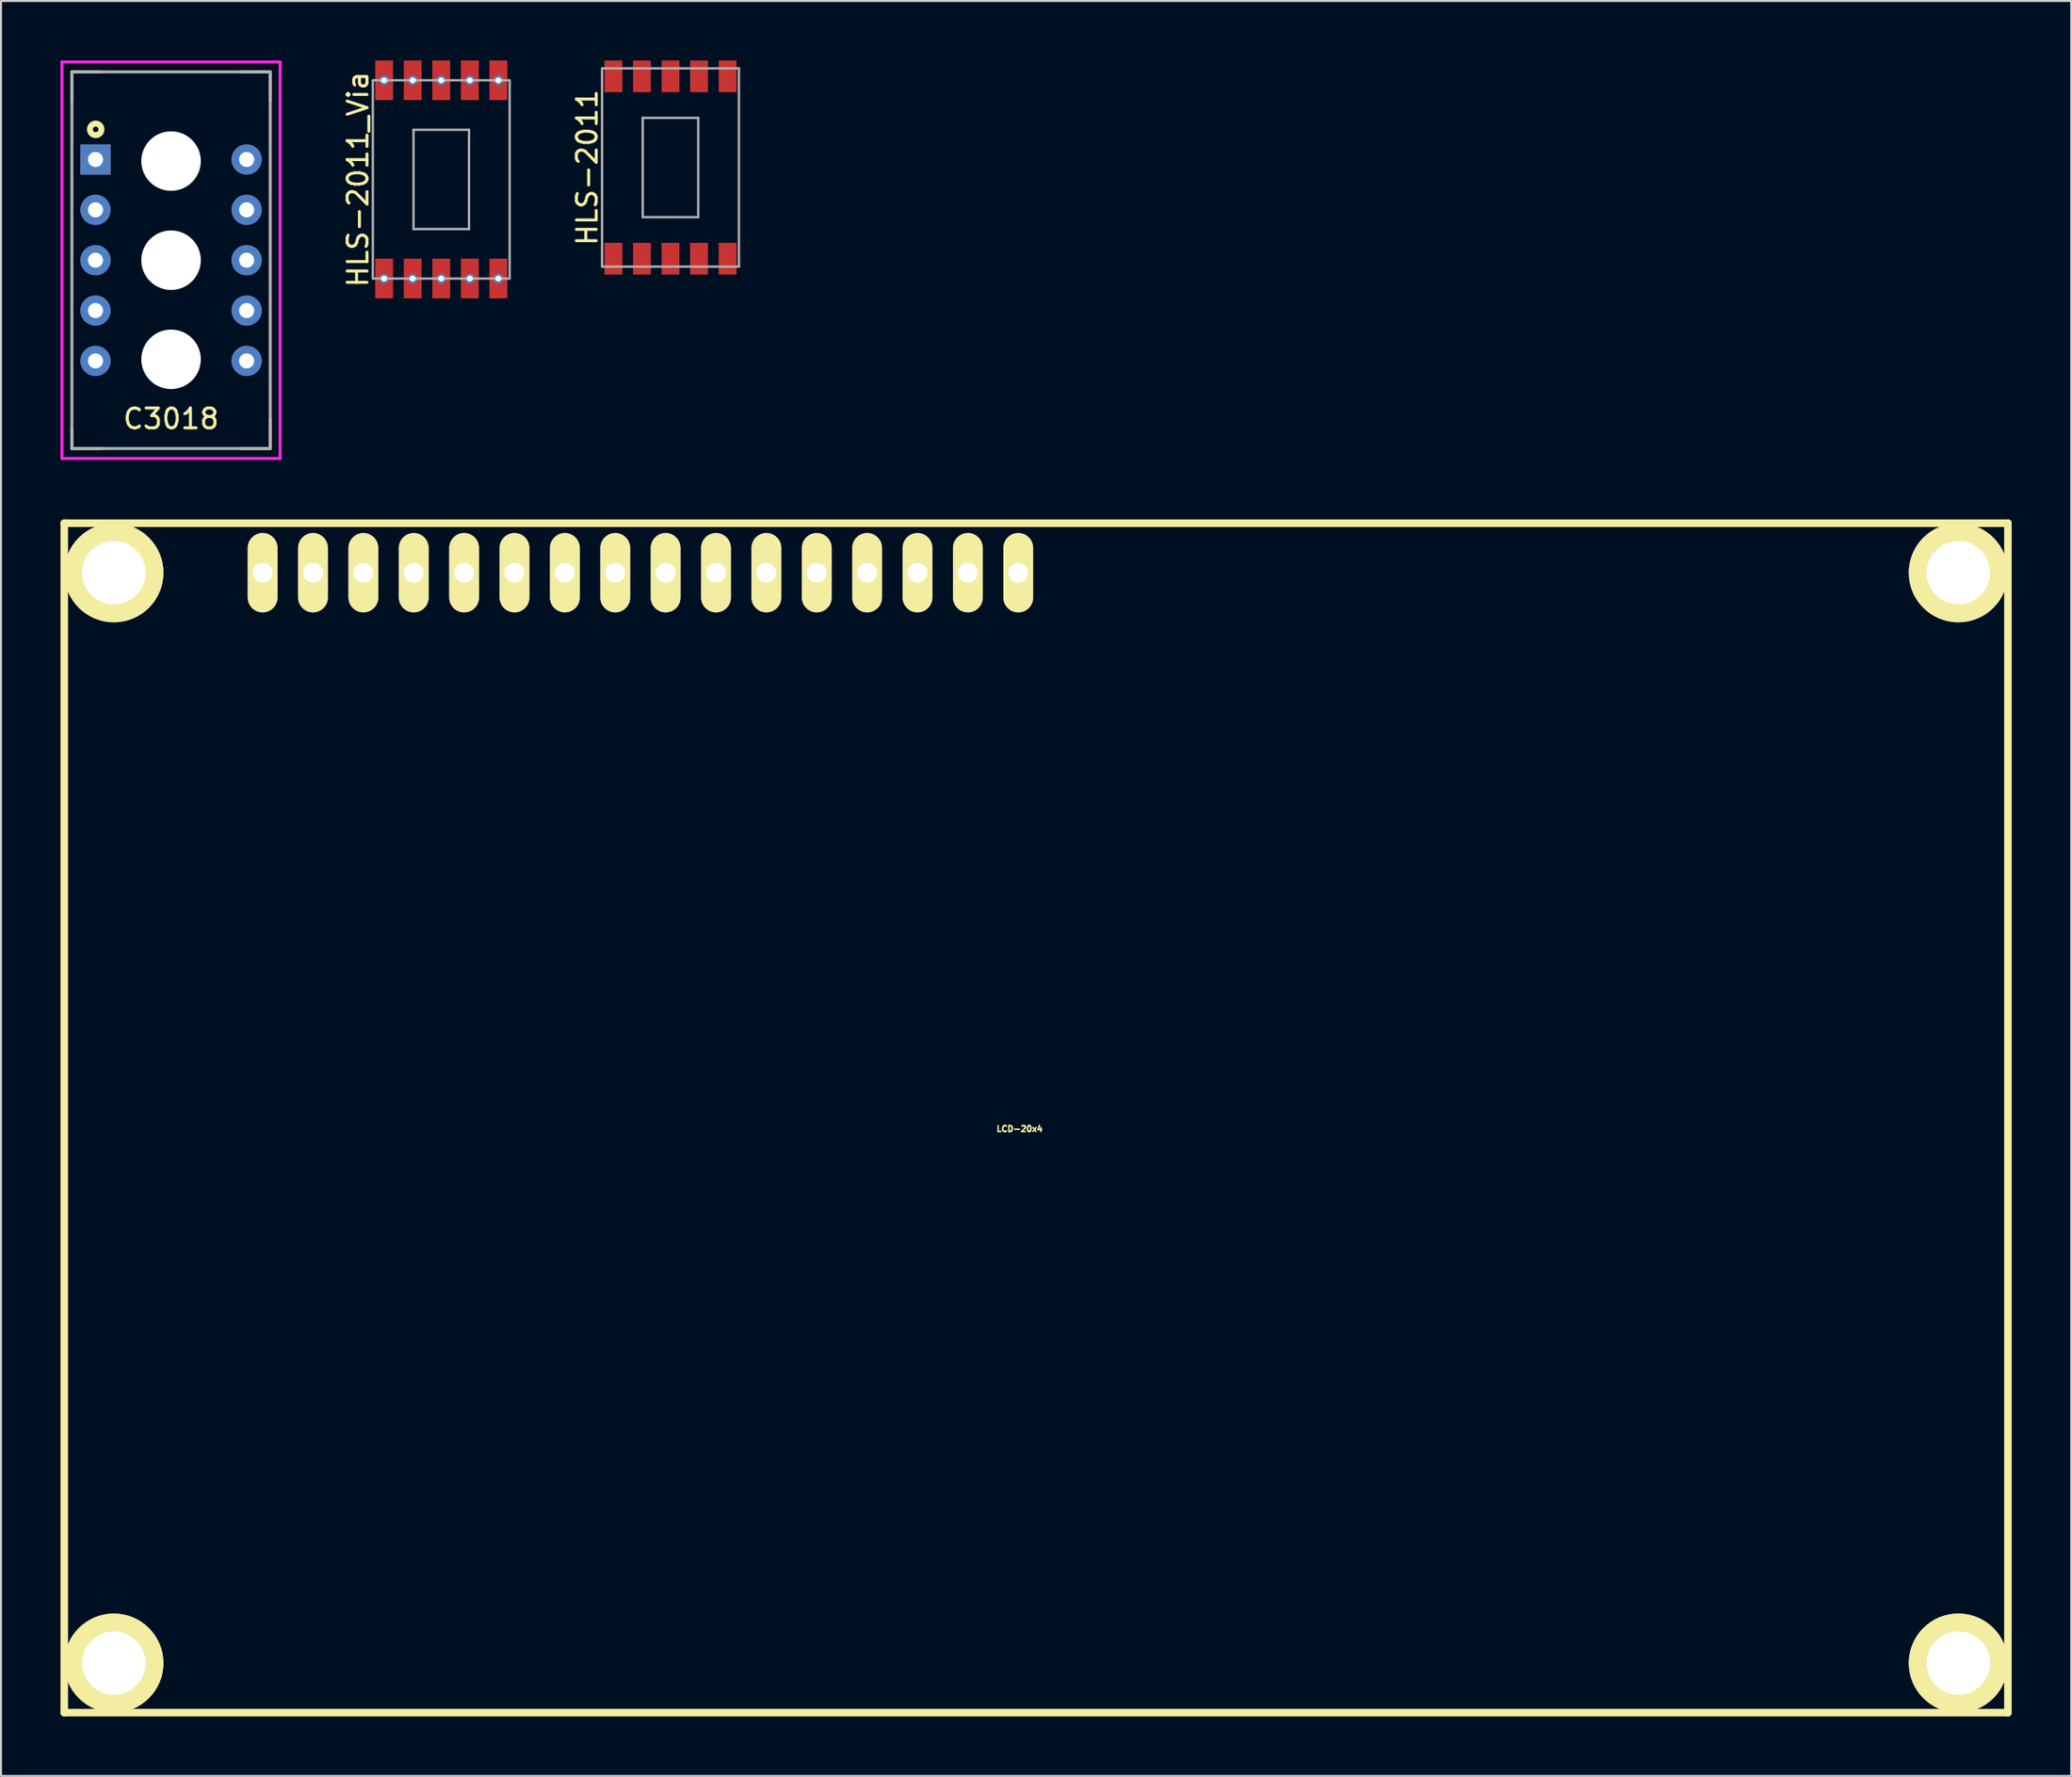
<source format=kicad_pcb>
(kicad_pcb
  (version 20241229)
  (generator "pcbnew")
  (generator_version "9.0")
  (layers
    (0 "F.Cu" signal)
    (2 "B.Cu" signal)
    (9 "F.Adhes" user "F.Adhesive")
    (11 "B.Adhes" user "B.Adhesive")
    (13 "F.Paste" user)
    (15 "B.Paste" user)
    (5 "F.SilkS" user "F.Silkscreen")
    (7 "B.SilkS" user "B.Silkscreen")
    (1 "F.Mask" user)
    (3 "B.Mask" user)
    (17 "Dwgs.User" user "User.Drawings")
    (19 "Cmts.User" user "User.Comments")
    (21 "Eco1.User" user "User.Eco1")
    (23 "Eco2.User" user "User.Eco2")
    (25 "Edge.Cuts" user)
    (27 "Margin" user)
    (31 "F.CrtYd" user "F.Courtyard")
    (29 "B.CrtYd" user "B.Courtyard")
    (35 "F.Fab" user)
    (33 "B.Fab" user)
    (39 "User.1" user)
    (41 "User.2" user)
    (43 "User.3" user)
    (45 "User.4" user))
  (footprint "C3018"
    (layer "F.Cu")
    (at 5.575 10.075)
    (property "Reference" "C3018" (at 0 8 0) (layer "F.SilkS") (effects (font (size 1 1) (thickness 0.15))))
    (attr through_hole)
    (fp_line (start -5 -9.5) (end -3.5 -9.5) (stroke (width 0.15) (type solid)) (layer "F.SilkS"))
    (fp_line (start -5 -8) (end -5 -9.5) (stroke (width 0.15) (type solid)) (layer "F.SilkS"))
    (fp_line (start -5 9.5) (end -5 8.5) (stroke (width 0.15) (type solid)) (layer "F.SilkS"))
    (fp_line (start -5 9.5) (end -3.5 9.5) (stroke (width 0.15) (type solid)) (layer "F.SilkS"))
    (fp_line (start 5 -9.5) (end 3.5 -9.5) (stroke (width 0.15) (type solid)) (layer "F.SilkS"))
    (fp_line (start 5 -9.5) (end 5 -8) (stroke (width 0.15) (type solid)) (layer "F.SilkS"))
    (fp_line (start 5 8) (end 5 9.5) (stroke (width 0.15) (type solid)) (layer "F.SilkS"))
    (fp_line (start 5 9.5) (end 3.5 9.5) (stroke (width 0.15) (type solid)) (layer "F.SilkS"))
    (fp_circle (center -3.8 -6.6) (end -3.7 -6.5) (stroke (width 0.3) (type solid)) (fill no) (layer "F.SilkS"))
    (fp_circle (center -3.8 -6.6) (end -3.6 -6.4) (stroke (width 0.15) (type solid)) (fill no) (layer "F.SilkS"))
    (fp_line (start -5.5 -10) (end -5.5 10) (stroke (width 0.15) (type solid)) (layer "F.CrtYd"))
    (fp_line (start -5.5 10) (end 5.5 10) (stroke (width 0.15) (type solid)) (layer "F.CrtYd"))
    (fp_line (start 5.5 -10) (end -5.5 -10) (stroke (width 0.15) (type solid)) (layer "F.CrtYd"))
    (fp_line (start 5.5 10) (end 5.5 -10) (stroke (width 0.15) (type solid)) (layer "F.CrtYd"))
    (fp_line (start -5 -9.5) (end 5 -9.5) (stroke (width 0.15) (type solid)) (layer "F.Fab"))
    (fp_line (start -5 9.5) (end -5 -9.5) (stroke (width 0.15) (type solid)) (layer "F.Fab"))
    (fp_line (start 5 -9.5) (end 5 9.5) (stroke (width 0.15) (type solid)) (layer "F.Fab"))
    (fp_line (start 5 9.5) (end -5 9.5) (stroke (width 0.15) (type solid)) (layer "F.Fab"))
    (pad "" np_thru_hole circle (at 0 -5) (size 3 3) (drill 3) (layers "*.Cu" "*.Mask"))
    (pad "" np_thru_hole circle (at 0 0) (size 3 3) (drill 3) (layers "*.Cu" "*.Mask"))
    (pad "" np_thru_hole circle (at 0 5) (size 3 3) (drill 3) (layers "*.Cu" "*.Mask"))
    (pad "1" thru_hole rect (at -3.81 -5.08) (size 1.524 1.524) (drill 0.762) (layers "*.Cu" "*.Mask"))
    (pad "2" thru_hole circle (at -3.81 -2.54) (size 1.524 1.524) (drill 0.762) (layers "*.Cu" "*.Mask"))
    (pad "3" thru_hole circle (at -3.81 0) (size 1.524 1.524) (drill 0.762) (layers "*.Cu" "*.Mask"))
    (pad "4" thru_hole circle (at -3.81 2.54) (size 1.524 1.524) (drill 0.762) (layers "*.Cu" "*.Mask"))
    (pad "5" thru_hole circle (at -3.81 5.08) (size 1.524 1.524) (drill 0.762) (layers "*.Cu" "*.Mask"))
    (pad "6" thru_hole circle (at 3.81 5.08) (size 1.524 1.524) (drill 0.762) (layers "*.Cu" "*.Mask"))
    (pad "7" thru_hole circle (at 3.81 2.54) (size 1.524 1.524) (drill 0.762) (layers "*.Cu" "*.Mask"))
    (pad "8" thru_hole circle (at 3.81 0) (size 1.524 1.524) (drill 0.762) (layers "*.Cu" "*.Mask"))
    (pad "9" thru_hole circle (at 3.81 -2.54) (size 1.524 1.524) (drill 0.762) (layers "*.Cu" "*.Mask"))
    (pad "10" thru_hole circle (at 3.81 -5.08) (size 1.524 1.524) (drill 0.762) (layers "*.Cu" "*.Mask")))
  (footprint "LCD-20x4"
    (layer "F.Cu")
    (at 49.19 53.34)
    (property "Reference" "LCD-20x4" (at -0.83 0.55 0) (layer "F.SilkS") (effects (font (size 0.3 0.3) (thickness 0.076))))
    (attr smd)
    (fp_line (start -48.999 -30) (end 48.999 -30) (stroke (width 0.381) (type solid)) (layer "F.SilkS"))
    (fp_line (start -48.999 30) (end -48.999 -30) (stroke (width 0.381) (type solid)) (layer "F.SilkS"))
    (fp_line (start 48.999 -30) (end 48.999 30) (stroke (width 0.381) (type solid)) (layer "F.SilkS"))
    (fp_line (start 48.999 30) (end -48.999 30) (stroke (width 0.381) (type solid)) (layer "F.SilkS"))
    (fp_circle (center -46.5 -27.501) (end -46.5 -27.475) (stroke (width 0.381) (type solid)) (fill no) (layer "F.SilkS"))
    (fp_circle (center -46.5 27.501) (end -46.474 27.526) (stroke (width 0.381) (type solid)) (fill no) (layer "F.SilkS"))
    (fp_circle (center 46.5 -27.501) (end 46.5 -27.475) (stroke (width 0.381) (type solid)) (fill no) (layer "F.SilkS"))
    (fp_circle (center 46.5 27.501) (end 46.5 27.526) (stroke (width 0.381) (type solid)) (fill no) (layer "F.SilkS"))
    (pad "0" thru_hole circle (at -46.5 -27.5) (size 5 5) (drill 3.2) (layers "*.Cu" "*.Mask" "F.SilkS"))
    (pad "0" thru_hole circle (at -46.5 27.5) (size 5 5) (drill 3.2) (layers "*.Cu" "*.Mask" "F.SilkS"))
    (pad "0" thru_hole circle (at 46.5 -27.5) (size 5 5) (drill 3.2) (layers "*.Cu" "*.Mask" "F.SilkS"))
    (pad "0" thru_hole circle (at 46.5 27.5) (size 5 5) (drill 3.2) (layers "*.Cu" "*.Mask" "F.SilkS"))
    (pad "1" thru_hole oval (at -38.999 -27.501) (size 1.501 4) (drill 1.001) (layers "*.Cu" "*.Mask" "F.SilkS"))
    (pad "2" thru_hole oval (at -36.459 -27.501) (size 1.501 4) (drill 1.001) (layers "*.Cu" "*.Mask" "F.SilkS"))
    (pad "3" thru_hole oval (at -33.919 -27.501) (size 1.501 4) (drill 1.001) (layers "*.Cu" "*.Mask" "F.SilkS"))
    (pad "4" thru_hole oval (at -31.379 -27.501) (size 1.501 4) (drill 1.001) (layers "*.Cu" "*.Mask" "F.SilkS"))
    (pad "5" thru_hole oval (at -28.839 -27.501) (size 1.501 4) (drill 1.001) (layers "*.Cu" "*.Mask" "F.SilkS"))
    (pad "6" thru_hole oval (at -26.299 -27.501) (size 1.501 4) (drill 1.001) (layers "*.Cu" "*.Mask" "F.SilkS"))
    (pad "7" thru_hole oval (at -23.759 -27.501) (size 1.501 4) (drill 1.001) (layers "*.Cu" "*.Mask" "F.SilkS"))
    (pad "8" thru_hole oval (at -21.219 -27.501) (size 1.501 4) (drill 1.001) (layers "*.Cu" "*.Mask" "F.SilkS"))
    (pad "9" thru_hole oval (at -18.679 -27.501) (size 1.501 4) (drill 1.001) (layers "*.Cu" "*.Mask" "F.SilkS"))
    (pad "10" thru_hole oval (at -16.139 -27.501) (size 1.501 4) (drill 1.001) (layers "*.Cu" "*.Mask" "F.SilkS"))
    (pad "11" thru_hole oval (at -13.599 -27.501) (size 1.501 4) (drill 1.001) (layers "*.Cu" "*.Mask" "F.SilkS"))
    (pad "12" thru_hole oval (at -11.059 -27.501) (size 1.501 4) (drill 1.001) (layers "*.Cu" "*.Mask" "F.SilkS"))
    (pad "13" thru_hole oval (at -8.519 -27.501) (size 1.501 4) (drill 1.001) (layers "*.Cu" "*.Mask" "F.SilkS"))
    (pad "14" thru_hole oval (at -5.979 -27.501) (size 1.501 4) (drill 1.001) (layers "*.Cu" "*.Mask" "F.SilkS"))
    (pad "15" thru_hole oval (at -3.439 -27.501) (size 1.501 4) (drill 1.001) (layers "*.Cu" "*.Mask" "F.SilkS"))
    (pad "16" thru_hole oval (at -0.899 -27.501) (size 1.501 4) (drill 1.001) (layers "*.Cu" "*.Mask" "F.SilkS")))
  (footprint "HLS-2011"
    (layer "F.Cu")
    (at 30.756 5.4)
    (property "Reference" "HLS-2011" (at -4.2 0 90) (layer "F.SilkS") (effects (font (size 1 1) (thickness 0.15))))
    (attr smd)
    (fp_line (start -3.45 -5) (end -3.45 5) (stroke (width 0.12) (type solid)) (layer "F.Fab"))
    (fp_line (start -1.4 -2.504) (end -1.4 2.5) (stroke (width 0.12) (type solid)) (layer "F.Fab"))
    (fp_line (start -1.4 -2.504) (end 1.4 -2.504) (stroke (width 0.12) (type solid)) (layer "F.Fab"))
    (fp_line (start -1.4 2.504) (end 1.4 2.504) (stroke (width 0.12) (type solid)) (layer "F.Fab"))
    (fp_line (start 1.4 -2.504) (end 1.4 2.504) (stroke (width 0.12) (type solid)) (layer "F.Fab"))
    (fp_line (start 3.45 -5) (end -3.45 -5) (stroke (width 0.12) (type solid)) (layer "F.Fab"))
    (fp_line (start 3.45 -5) (end 3.45 5) (stroke (width 0.12) (type solid)) (layer "F.Fab"))
    (fp_line (start 3.45 5) (end -3.45 5) (stroke (width 0.12) (type solid)) (layer "F.Fab"))
    (pad "1" smd rect (at -2.88 4.4) (size 0.9 1.6) (drill (offset 0 0.2)) (layers "F.Cu" "F.Mask" "F.Paste"))
    (pad "2" smd rect (at -1.44 4.4) (size 0.9 1.6) (drill (offset 0 0.2)) (layers "F.Cu" "F.Mask" "F.Paste"))
    (pad "3" smd rect (at 0 4.4) (size 0.9 1.6) (drill (offset 0 0.2)) (layers "F.Cu" "F.Mask" "F.Paste"))
    (pad "4" smd rect (at 1.44 4.4) (size 0.9 1.6) (drill (offset 0 0.2)) (layers "F.Cu" "F.Mask" "F.Paste"))
    (pad "5" smd rect (at 2.88 4.4) (size 0.9 1.6) (drill (offset 0 0.2)) (layers "F.Cu" "F.Mask" "F.Paste"))
    (pad "6" smd rect (at 2.88 -4.4) (size 0.9 1.6) (drill (offset 0 -0.2)) (layers "F.Cu" "F.Mask" "F.Paste"))
    (pad "7" smd rect (at 1.44 -4.4) (size 0.9 1.6) (drill (offset 0 -0.2)) (layers "F.Cu" "F.Mask" "F.Paste"))
    (pad "8" smd rect (at 0 -4.4) (size 0.9 1.6) (drill (offset 0 -0.2)) (layers "F.Cu" "F.Mask" "F.Paste"))
    (pad "9" smd rect (at -1.44 -4.4) (size 0.9 1.6) (drill (offset 0 -0.2)) (layers "F.Cu" "F.Mask" "F.Paste"))
    (pad "10" smd rect (at -2.88 -4.4) (size 0.9 1.6) (drill (offset 0 -0.2)) (layers "F.Cu" "F.Mask" "F.Paste")))
  (footprint "HLS-2011_Via"
    (layer "F.Cu")
    (at 19.198 6)
    (property "Reference" "HLS-2011_Via" (at -4.2 0 90) (layer "F.SilkS") (effects (font (size 1 1) (thickness 0.15))))
    (attr smd)
    (fp_line (start -3.45 -5) (end -3.45 5) (stroke (width 0.12) (type solid)) (layer "F.Fab"))
    (fp_line (start -1.4 -2.504) (end -1.4 2.5) (stroke (width 0.12) (type solid)) (layer "F.Fab"))
    (fp_line (start -1.4 -2.504) (end 1.4 -2.504) (stroke (width 0.12) (type solid)) (layer "F.Fab"))
    (fp_line (start -1.4 2.504) (end 1.4 2.504) (stroke (width 0.12) (type solid)) (layer "F.Fab"))
    (fp_line (start 1.4 -2.504) (end 1.4 2.504) (stroke (width 0.12) (type solid)) (layer "F.Fab"))
    (fp_line (start 3.45 -5) (end -3.45 -5) (stroke (width 0.12) (type solid)) (layer "F.Fab"))
    (fp_line (start 3.45 -5) (end 3.45 5) (stroke (width 0.12) (type solid)) (layer "F.Fab"))
    (fp_line (start 3.45 5) (end -3.45 5) (stroke (width 0.12) (type solid)) (layer "F.Fab"))
    (pad "1" thru_hole circle (at -2.88 5) (size 0.5 0.5) (drill 0.3) (layers "*.Cu" "*.Mask"))
    (pad "1" smd rect (at -2.88 5) (size 0.9 2) (layers "F.Cu" "F.Mask" "F.Paste"))
    (pad "2" thru_hole circle (at -1.44 5) (size 0.5 0.5) (drill 0.3) (layers "*.Cu" "*.Mask"))
    (pad "2" smd rect (at -1.44 5) (size 0.9 2) (layers "F.Cu" "F.Mask" "F.Paste"))
    (pad "3" thru_hole circle (at 0 5) (size 0.5 0.5) (drill 0.3) (layers "*.Cu" "*.Mask"))
    (pad "3" smd rect (at 0 5) (size 0.9 2) (layers "F.Cu" "F.Mask" "F.Paste"))
    (pad "4" thru_hole circle (at 1.44 5) (size 0.5 0.5) (drill 0.3) (layers "*.Cu" "*.Mask"))
    (pad "4" smd rect (at 1.44 5) (size 0.9 2) (layers "F.Cu" "F.Mask" "F.Paste"))
    (pad "5" thru_hole circle (at 2.88 5) (size 0.5 0.5) (drill 0.3) (layers "*.Cu" "*.Mask"))
    (pad "5" smd rect (at 2.88 5) (size 0.9 2) (layers "F.Cu" "F.Mask" "F.Paste"))
    (pad "6" thru_hole circle (at 2.88 -5) (size 0.5 0.5) (drill 0.3) (layers "*.Cu" "*.Mask"))
    (pad "6" smd rect (at 2.88 -5) (size 0.9 2) (layers "F.Cu" "F.Mask" "F.Paste"))
    (pad "7" thru_hole circle (at 1.44 -5) (size 0.5 0.5) (drill 0.3) (layers "*.Cu" "*.Mask"))
    (pad "7" smd rect (at 1.44 -5) (size 0.9 2) (layers "F.Cu" "F.Mask" "F.Paste"))
    (pad "8" thru_hole circle (at 0 -5) (size 0.5 0.5) (drill 0.3) (layers "*.Cu" "*.Mask"))
    (pad "8" smd rect (at 0 -5) (size 0.9 2) (layers "F.Cu" "F.Mask" "F.Paste"))
    (pad "9" thru_hole circle (at -1.44 -5) (size 0.5 0.5) (drill 0.3) (layers "*.Cu" "*.Mask"))
    (pad "9" smd rect (at -1.44 -5) (size 0.9 2) (layers "F.Cu" "F.Mask" "F.Paste"))
    (pad "10" thru_hole circle (at -2.88 -5) (size 0.5 0.5) (drill 0.3) (layers "*.Cu" "*.Mask"))
    (pad "10" smd rect (at -2.88 -5) (size 0.9 2) (layers "F.Cu" "F.Mask" "F.Paste")))
  (gr_rect
    (start -3 -3)
    (end 101.379 86.531)
    (stroke (width 0.1) (type default))
    (fill no)
    (layer "Edge.Cuts")))
</source>
